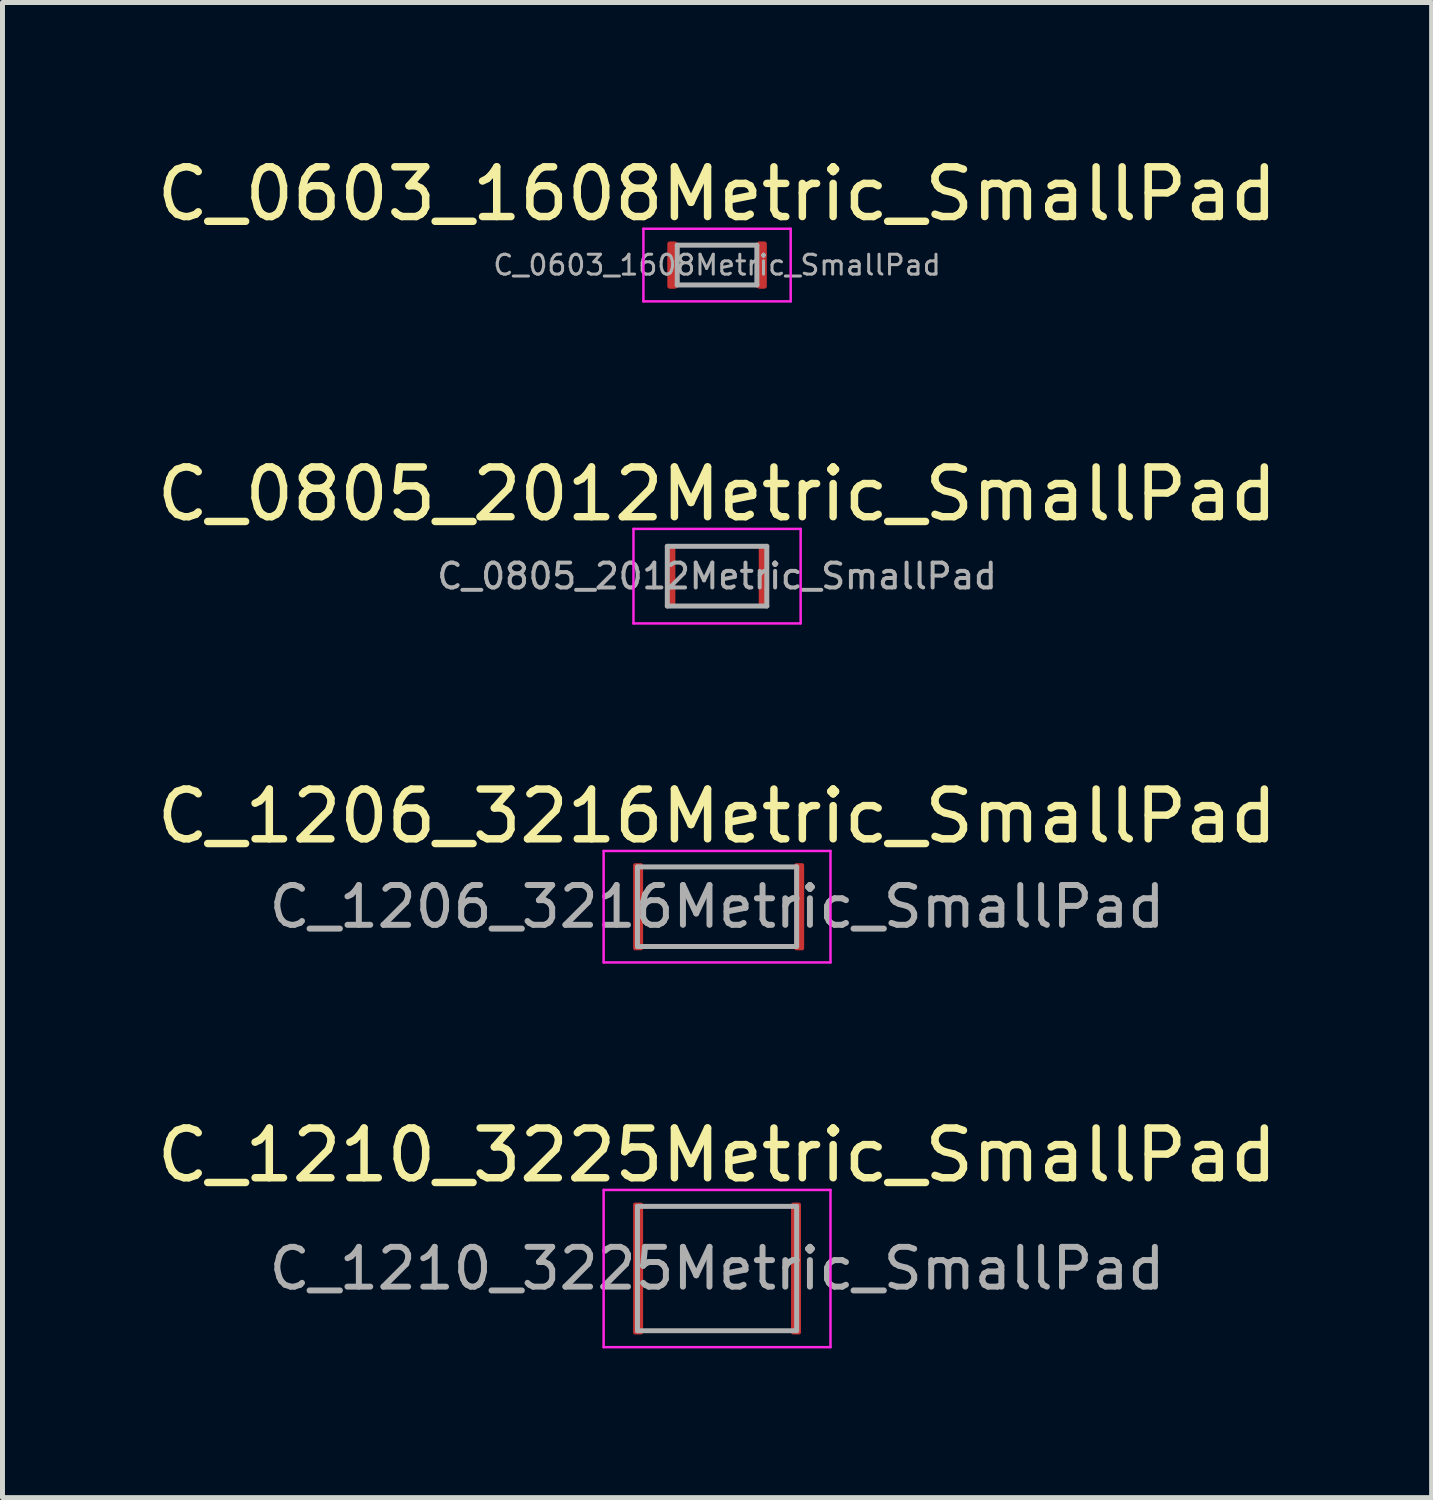
<source format=kicad_pcb>
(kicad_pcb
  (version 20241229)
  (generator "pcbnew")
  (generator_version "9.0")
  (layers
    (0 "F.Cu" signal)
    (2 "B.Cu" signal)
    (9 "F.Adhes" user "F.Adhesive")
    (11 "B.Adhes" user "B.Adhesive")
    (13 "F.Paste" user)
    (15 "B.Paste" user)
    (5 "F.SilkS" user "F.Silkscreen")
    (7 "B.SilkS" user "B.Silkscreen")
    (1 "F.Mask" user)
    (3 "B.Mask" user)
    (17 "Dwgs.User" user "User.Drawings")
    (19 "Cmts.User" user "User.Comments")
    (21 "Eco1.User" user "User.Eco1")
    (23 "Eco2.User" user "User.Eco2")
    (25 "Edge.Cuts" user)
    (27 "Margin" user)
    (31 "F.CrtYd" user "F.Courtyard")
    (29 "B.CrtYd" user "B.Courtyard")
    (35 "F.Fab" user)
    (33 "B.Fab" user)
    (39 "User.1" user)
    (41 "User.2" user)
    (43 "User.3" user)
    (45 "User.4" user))
  (footprint "C_1206_3216Metric_SmallPad"
    (layer "F.Cu")
    (at 11.363 15.175)
    (property "Reference" "C_1206_3216Metric_SmallPad" (at 0 -1.82 0) (layer "F.SilkS") (effects (font (size 1 1) (thickness 0.15))))
    (attr smd)
    (fp_line (start -2.28 -1.12) (end 2.28 -1.12) (stroke (width 0.05) (type solid)) (layer "F.CrtYd"))
    (fp_line (start -2.28 1.12) (end -2.28 -1.12) (stroke (width 0.05) (type solid)) (layer "F.CrtYd"))
    (fp_line (start 2.28 -1.12) (end 2.28 1.12) (stroke (width 0.05) (type solid)) (layer "F.CrtYd"))
    (fp_line (start 2.28 1.12) (end -2.28 1.12) (stroke (width 0.05) (type solid)) (layer "F.CrtYd"))
    (fp_line (start -1.6 -0.8) (end 1.6 -0.8) (stroke (width 0.1) (type solid)) (layer "F.Fab"))
    (fp_line (start -1.6 0.8) (end -1.6 -0.8) (stroke (width 0.1) (type solid)) (layer "F.Fab"))
    (fp_line (start 1.6 -0.8) (end 1.6 0.8) (stroke (width 0.1) (type solid)) (layer "F.Fab"))
    (fp_line (start 1.6 0.8) (end -1.6 0.8) (stroke (width 0.1) (type solid)) (layer "F.Fab"))
    (fp_text user "${REFERENCE}" (at 0 0 0) (layer "F.Fab") (effects (font (size 0.8 0.8) (thickness 0.12))))
    (pad "1" smd roundrect (at -1.587 0) (size 0.2 1.75) (layers "F.Cu" "F.Mask" "F.Paste") (roundrect_rratio 0.2))
    (pad "2" smd roundrect (at 1.651 0) (size 0.2 1.75) (layers "F.Cu" "F.Mask" "F.Paste") (roundrect_rratio 0.2)))
  (footprint "C_0603_1608Metric_SmallPad"
    (layer "F.Cu")
    (at 11.363 2.278)
    (property "Reference" "C_0603_1608Metric_SmallPad" (at 0 -1.43 0) (layer "F.SilkS") (effects (font (size 1 1) (thickness 0.15))))
    (attr smd)
    (fp_line (start -1.48 -0.73) (end 1.48 -0.73) (stroke (width 0.05) (type solid)) (layer "F.CrtYd"))
    (fp_line (start -1.48 0.73) (end -1.48 -0.73) (stroke (width 0.05) (type solid)) (layer "F.CrtYd"))
    (fp_line (start 1.48 -0.73) (end 1.48 0.73) (stroke (width 0.05) (type solid)) (layer "F.CrtYd"))
    (fp_line (start 1.48 0.73) (end -1.48 0.73) (stroke (width 0.05) (type solid)) (layer "F.CrtYd"))
    (fp_line (start -0.8 -0.4) (end 0.8 -0.4) (stroke (width 0.1) (type solid)) (layer "F.Fab"))
    (fp_line (start -0.8 0.4) (end -0.8 -0.4) (stroke (width 0.1) (type solid)) (layer "F.Fab"))
    (fp_line (start 0.8 -0.4) (end 0.8 0.4) (stroke (width 0.1) (type solid)) (layer "F.Fab"))
    (fp_line (start 0.8 0.4) (end -0.8 0.4) (stroke (width 0.1) (type solid)) (layer "F.Fab"))
    (fp_text user "${REFERENCE}" (at 0 0 0) (layer "F.Fab") (effects (font (size 0.4 0.4) (thickness 0.06))))
    (pad "1" smd roundrect (at -0.9 0) (size 0.2 0.95) (layers "F.Cu" "F.Mask" "F.Paste") (roundrect_rratio 0.25))
    (pad "2" smd roundrect (at 0.9 0) (size 0.2 0.95) (layers "F.Cu" "F.Mask" "F.Paste") (roundrect_rratio 0.25)))
  (footprint "C_0805_2012Metric_SmallPad"
    (layer "F.Cu")
    (at 11.363 8.531)
    (property "Reference" "C_0805_2012Metric_SmallPad" (at 0 -1.65 0) (layer "F.SilkS") (effects (font (size 1 1) (thickness 0.15))))
    (attr smd)
    (fp_line (start -1.68 -0.95) (end 1.68 -0.95) (stroke (width 0.05) (type solid)) (layer "F.CrtYd"))
    (fp_line (start -1.68 0.95) (end -1.68 -0.95) (stroke (width 0.05) (type solid)) (layer "F.CrtYd"))
    (fp_line (start 1.68 -0.95) (end 1.68 0.95) (stroke (width 0.05) (type solid)) (layer "F.CrtYd"))
    (fp_line (start 1.68 0.95) (end -1.68 0.95) (stroke (width 0.05) (type solid)) (layer "F.CrtYd"))
    (fp_line (start -1 -0.6) (end 1 -0.6) (stroke (width 0.1) (type solid)) (layer "F.Fab"))
    (fp_line (start -1 0.6) (end -1 -0.6) (stroke (width 0.1) (type solid)) (layer "F.Fab"))
    (fp_line (start 1 -0.6) (end 1 0.6) (stroke (width 0.1) (type solid)) (layer "F.Fab"))
    (fp_line (start 1 0.6) (end -1 0.6) (stroke (width 0.1) (type solid)) (layer "F.Fab"))
    (fp_text user "${REFERENCE}" (at 0 0 0) (layer "F.Fab") (effects (font (size 0.5 0.5) (thickness 0.08))))
    (pad "1" smd roundrect (at -0.938 0) (size 0.2 1.2) (layers "F.Cu") (roundrect_rratio 0.25))
    (pad "2" smd roundrect (at 0.938 0) (size 0.2 1.2) (layers "F.Cu") (roundrect_rratio 0.25)))
  (footprint "C_1210_3225Metric_SmallPad"
    (layer "F.Cu")
    (at 11.363 22.448)
    (property "Reference" "C_1210_3225Metric_SmallPad" (at 0 -2.28 0) (layer "F.SilkS") (effects (font (size 1 1) (thickness 0.15))))
    (attr smd)
    (fp_line (start -2.28 -1.58) (end 2.28 -1.58) (stroke (width 0.05) (type solid)) (layer "F.CrtYd"))
    (fp_line (start -2.28 1.58) (end -2.28 -1.58) (stroke (width 0.05) (type solid)) (layer "F.CrtYd"))
    (fp_line (start 2.28 -1.58) (end 2.28 1.58) (stroke (width 0.05) (type solid)) (layer "F.CrtYd"))
    (fp_line (start 2.28 1.58) (end -2.28 1.58) (stroke (width 0.05) (type solid)) (layer "F.CrtYd"))
    (fp_line (start -1.6 -1.25) (end 1.6 -1.25) (stroke (width 0.1) (type solid)) (layer "F.Fab"))
    (fp_line (start -1.6 1.25) (end -1.6 -1.25) (stroke (width 0.1) (type solid)) (layer "F.Fab"))
    (fp_line (start 1.6 -1.25) (end 1.6 1.25) (stroke (width 0.1) (type solid)) (layer "F.Fab"))
    (fp_line (start 1.6 1.25) (end -1.6 1.25) (stroke (width 0.1) (type solid)) (layer "F.Fab"))
    (fp_text user "${REFERENCE}" (at 0 0 0) (layer "F.Fab") (effects (font (size 0.8 0.8) (thickness 0.12))))
    (pad "1" smd roundrect (at -1.587 0) (size 0.2 2.65) (layers "F.Cu" "F.Mask" "F.Paste") (roundrect_rratio 0.2))
    (pad "2" smd roundrect (at 1.587 0) (size 0.2 2.65) (layers "F.Cu" "F.Mask" "F.Paste") (roundrect_rratio 0.2)))
  (gr_rect
    (start -3 -3)
    (end 25.726 27.053)
    (stroke (width 0.1) (type default))
    (fill no)
    (layer "Edge.Cuts")))
</source>
